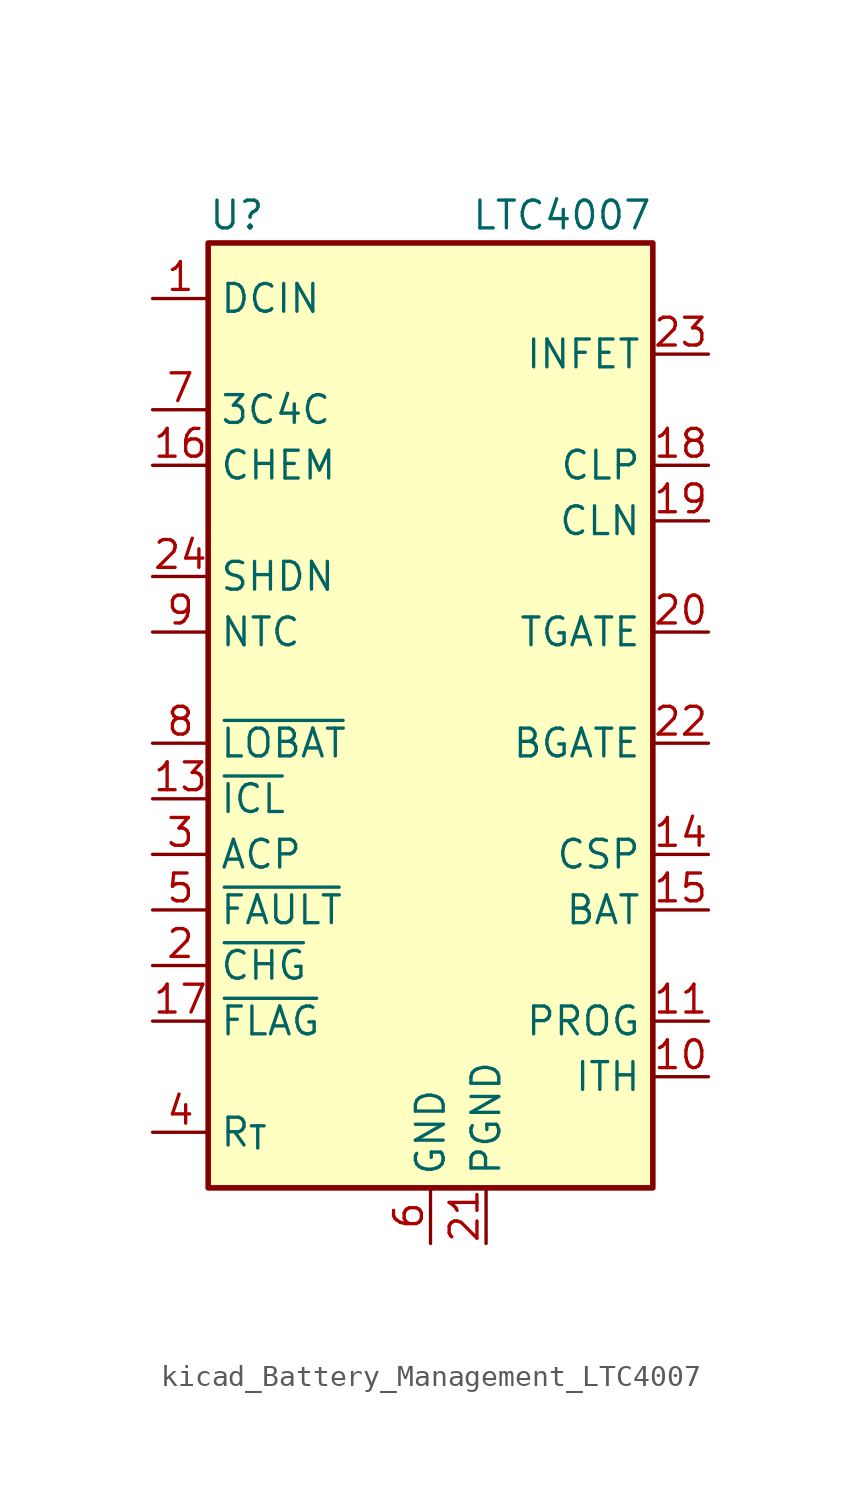
<source format=kicad_sym>
(kicad_symbol_lib
  (version 20220914)
  (generator kicad_symbol_editor)
  (symbol "kicad_Battery_Management_LTC4007"
    (property "Reference" "U"
      (at -10.16 24.13 0)
      (effects (font (size 1.27 1.27)) (justify left)))
    (property "Value" "LTC4007"
      (at 10.16 24.13 0)
      (effects (font (size 1.27 1.27)) (justify right)))
    (symbol "kicad_Battery_Management_LTC4007_0_1"
      (rectangle (start -10.16 22.86) (end 10.16 -20.32) (stroke (width 0.254) (type default)) (fill (type background))))
    (symbol "kicad_Battery_Management_LTC4007_1_1"
      (pin input line (at -12.7 20.32 0) (length 2.54) (name "DCIN" (effects (font (size 1.27 1.27)))) (number "1" (effects (font (size 1.27 1.27)))))
      (pin passive line (at 12.7 -15.24 180) (length 2.54) (name "ITH" (effects (font (size 1.27 1.27)))) (number "10" (effects (font (size 1.27 1.27)))))
      (pin bidirectional line (at 12.7 -12.7 180) (length 2.54) (name "PROG" (effects (font (size 1.27 1.27)))) (number "11" (effects (font (size 1.27 1.27)))))
      (pin no_connect line (at -2.54 -20.32 90) (length 2.54) hide (name "NC" (effects (font (size 1.27 1.27)))) (number "12" (effects (font (size 1.27 1.27)))))
      (pin output line (at -12.7 -2.54 0) (length 2.54) (name "~{ICL}" (effects (font (size 1.27 1.27)))) (number "13" (effects (font (size 1.27 1.27)))))
      (pin input line (at 12.7 -5.08 180) (length 2.54) (name "CSP" (effects (font (size 1.27 1.27)))) (number "14" (effects (font (size 1.27 1.27)))))
      (pin input line (at 12.7 -7.62 180) (length 2.54) (name "BAT" (effects (font (size 1.27 1.27)))) (number "15" (effects (font (size 1.27 1.27)))))
      (pin input line (at -12.7 12.7 0) (length 2.54) (name "CHEM" (effects (font (size 1.27 1.27)))) (number "16" (effects (font (size 1.27 1.27)))))
      (pin open_collector line (at -12.7 -12.7 0) (length 2.54) (name "~{FLAG}" (effects (font (size 1.27 1.27)))) (number "17" (effects (font (size 1.27 1.27)))))
      (pin input line (at 12.7 12.7 180) (length 2.54) (name "CLP" (effects (font (size 1.27 1.27)))) (number "18" (effects (font (size 1.27 1.27)))))
      (pin input line (at 12.7 10.16 180) (length 2.54) (name "CLN" (effects (font (size 1.27 1.27)))) (number "19" (effects (font (size 1.27 1.27)))))
      (pin output line (at -12.7 -10.16 0) (length 2.54) (name "~{CHG}" (effects (font (size 1.27 1.27)))) (number "2" (effects (font (size 1.27 1.27)))))
      (pin output line (at 12.7 5.08 180) (length 2.54) (name "TGATE" (effects (font (size 1.27 1.27)))) (number "20" (effects (font (size 1.27 1.27)))))
      (pin power_in line (at 2.54 -22.86 90) (length 2.54) (name "PGND" (effects (font (size 1.27 1.27)))) (number "21" (effects (font (size 1.27 1.27)))))
      (pin output line (at 12.7 0 180) (length 2.54) (name "BGATE" (effects (font (size 1.27 1.27)))) (number "22" (effects (font (size 1.27 1.27)))))
      (pin output line (at 12.7 17.78 180) (length 2.54) (name "INFET" (effects (font (size 1.27 1.27)))) (number "23" (effects (font (size 1.27 1.27)))))
      (pin input line (at -12.7 7.62 0) (length 2.54) (name "SHDN" (effects (font (size 1.27 1.27)))) (number "24" (effects (font (size 1.27 1.27)))))
      (pin open_collector line (at -12.7 -5.08 0) (length 2.54) (name "ACP" (effects (font (size 1.27 1.27)))) (number "3" (effects (font (size 1.27 1.27)))))
      (pin passive line (at -12.7 -17.78 0) (length 2.54) (name "R_{T}" (effects (font (size 1.27 1.27)))) (number "4" (effects (font (size 1.27 1.27)))))
      (pin open_collector line (at -12.7 -7.62 0) (length 2.54) (name "~{FAULT}" (effects (font (size 1.27 1.27)))) (number "5" (effects (font (size 1.27 1.27)))))
      (pin power_in line (at 0 -22.86 90) (length 2.54) (name "GND" (effects (font (size 1.27 1.27)))) (number "6" (effects (font (size 1.27 1.27)))))
      (pin input line (at -12.7 15.24 0) (length 2.54) (name "3C4C" (effects (font (size 1.27 1.27)))) (number "7" (effects (font (size 1.27 1.27)))))
      (pin output line (at -12.7 0 0) (length 2.54) (name "~{LOBAT}" (effects (font (size 1.27 1.27)))) (number "8" (effects (font (size 1.27 1.27)))))
      (pin input line (at -12.7 5.08 0) (length 2.54) (name "NTC" (effects (font (size 1.27 1.27)))) (number "9" (effects (font (size 1.27 1.27))))))))
</source>
